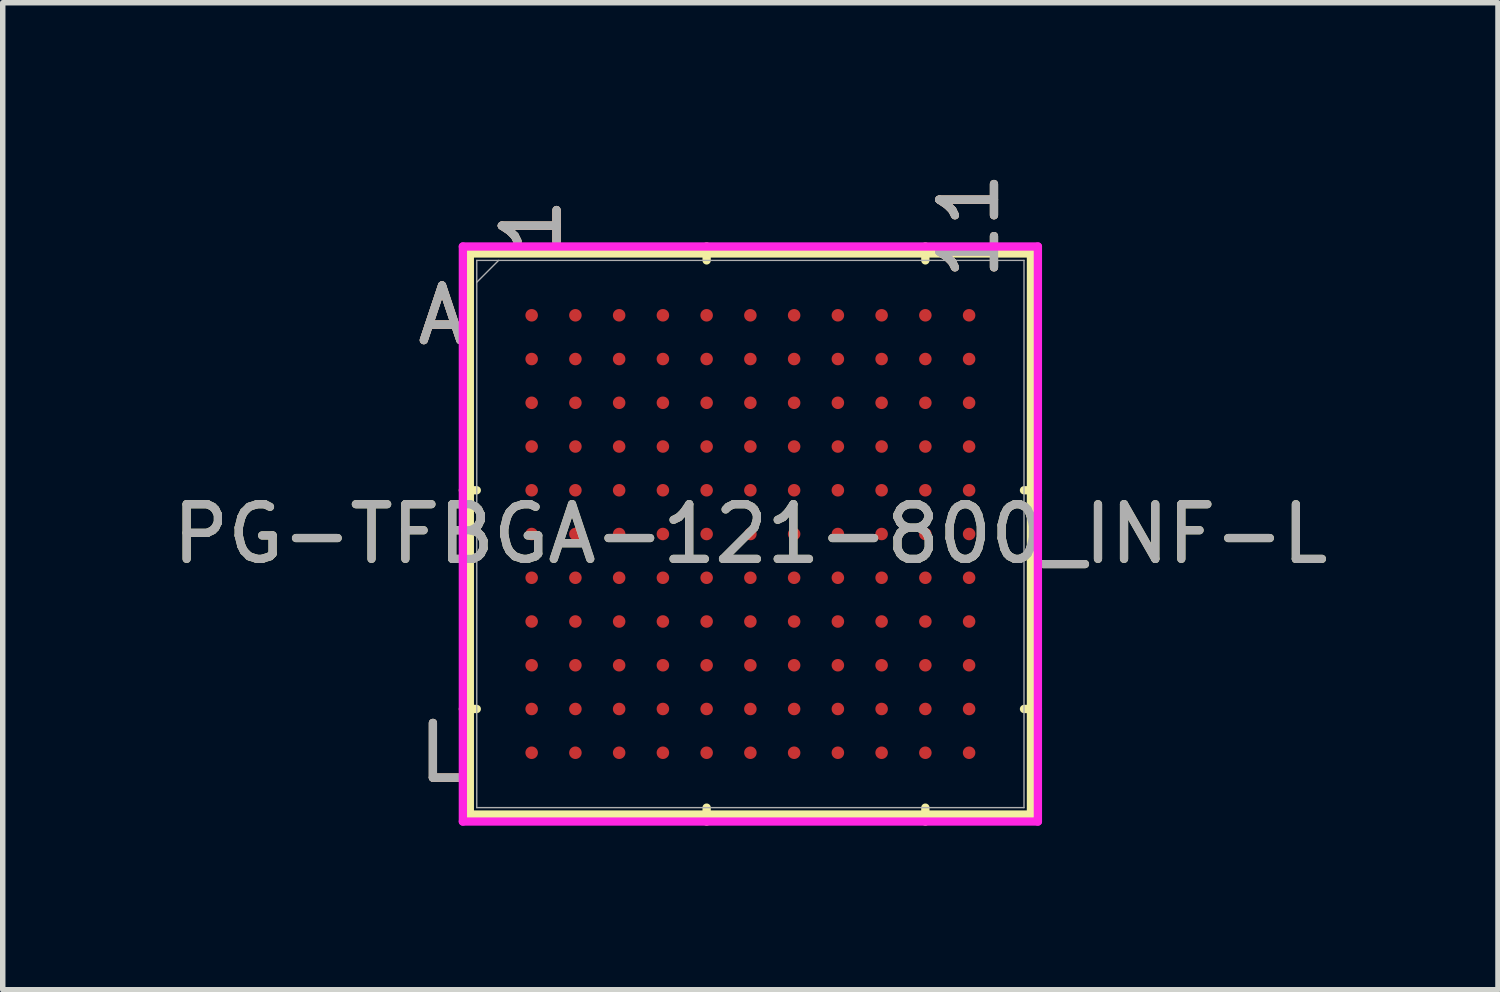
<source format=kicad_pcb>
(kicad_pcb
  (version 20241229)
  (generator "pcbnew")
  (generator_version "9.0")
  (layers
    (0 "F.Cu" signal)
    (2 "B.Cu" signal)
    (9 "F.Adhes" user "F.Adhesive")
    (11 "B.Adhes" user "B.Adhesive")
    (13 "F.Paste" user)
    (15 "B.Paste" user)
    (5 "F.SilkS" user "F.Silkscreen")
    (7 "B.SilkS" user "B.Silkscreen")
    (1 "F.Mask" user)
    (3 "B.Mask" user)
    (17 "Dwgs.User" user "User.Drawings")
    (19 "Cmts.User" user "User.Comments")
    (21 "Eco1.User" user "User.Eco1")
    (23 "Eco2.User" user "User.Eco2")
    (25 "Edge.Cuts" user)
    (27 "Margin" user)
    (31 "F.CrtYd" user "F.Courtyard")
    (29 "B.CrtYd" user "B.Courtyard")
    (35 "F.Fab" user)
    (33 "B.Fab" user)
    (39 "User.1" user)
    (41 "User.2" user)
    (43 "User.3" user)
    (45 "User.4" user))
  (footprint "PG-TFBGA-121-800_INF-L"
    (layer "F.Cu")
    (at 10.673 6.716)
    (property "Reference" "PG-TFBGA-121-800_INF-L" (at 0 0 0) (unlocked yes) (layer "F.SilkS") (effects (font (size 1 1) (thickness 0.15))))
    (attr smd)
    (fp_line (start -5.131 -5.131) (end -5.131 5.131) (stroke (width 0.152) (type solid)) (layer "F.SilkS"))
    (fp_line (start -5.131 5.131) (end 5.131 5.131) (stroke (width 0.152) (type solid)) (layer "F.SilkS"))
    (fp_line (start -5.004 -0.8) (end -5.258 -0.8) (stroke (width 0.152) (type solid)) (layer "F.SilkS"))
    (fp_line (start -5.004 3.2) (end -5.258 3.2) (stroke (width 0.152) (type solid)) (layer "F.SilkS"))
    (fp_line (start -0.8 -5.004) (end -0.8 -5.258) (stroke (width 0.152) (type solid)) (layer "F.SilkS"))
    (fp_line (start -0.8 5.004) (end -0.8 5.258) (stroke (width 0.152) (type solid)) (layer "F.SilkS"))
    (fp_line (start 3.2 -5.004) (end 3.2 -5.258) (stroke (width 0.152) (type solid)) (layer "F.SilkS"))
    (fp_line (start 3.2 5.004) (end 3.2 5.258) (stroke (width 0.152) (type solid)) (layer "F.SilkS"))
    (fp_line (start 5.004 -0.8) (end 5.258 -0.8) (stroke (width 0.152) (type solid)) (layer "F.SilkS"))
    (fp_line (start 5.004 3.2) (end 5.258 3.2) (stroke (width 0.152) (type solid)) (layer "F.SilkS"))
    (fp_line (start 5.131 -5.131) (end -5.131 -5.131) (stroke (width 0.152) (type solid)) (layer "F.SilkS"))
    (fp_line (start 5.131 5.131) (end 5.131 -5.131) (stroke (width 0.152) (type solid)) (layer "F.SilkS"))
    (fp_poly (pts (xy -4.845 -4.845) (xy 4.845 -4.845) (xy 4.845 4.845) (xy -4.845 4.845)) (stroke (width 0.1) (type solid)) (fill no) (layer "Eco2.User"))
    (fp_line (start -5.258 -5.258) (end 5.258 -5.258) (stroke (width 0.152) (type solid)) (layer "F.CrtYd"))
    (fp_line (start -5.258 5.258) (end -5.258 -5.258) (stroke (width 0.152) (type solid)) (layer "F.CrtYd"))
    (fp_line (start 5.258 -5.258) (end 5.258 5.258) (stroke (width 0.152) (type solid)) (layer "F.CrtYd"))
    (fp_line (start 5.258 5.258) (end -5.258 5.258) (stroke (width 0.152) (type solid)) (layer "F.CrtYd"))
    (fp_line (start -5.004 -5.004) (end -5.004 5.004) (stroke (width 0.025) (type solid)) (layer "F.Fab"))
    (fp_line (start -5.004 5.004) (end 5.004 5.004) (stroke (width 0.025) (type solid)) (layer "F.Fab"))
    (fp_line (start -4.604 -5.004) (end -5.004 -4.604) (stroke (width 0.025) (type solid)) (layer "F.Fab"))
    (fp_line (start 5.004 -5.004) (end -5.004 -5.004) (stroke (width 0.025) (type solid)) (layer "F.Fab"))
    (fp_line (start 5.004 5.004) (end 5.004 -5.004) (stroke (width 0.025) (type solid)) (layer "F.Fab"))
    (fp_text user "L" (at -5.639 4 0) (unlocked yes) (layer "F.SilkS") (effects (font (size 1 1) (thickness 0.15))))
    (fp_text user "1" (at -4 -5.639 90) (unlocked yes) (layer "F.SilkS") (effects (font (size 1 1) (thickness 0.15))))
    (fp_text user "A" (at -5.639 -4 0) (unlocked yes) (layer "F.SilkS") (effects (font (size 1 1) (thickness 0.15))))
    (fp_text user "11" (at 4 -5.639 90) (unlocked yes) (layer "F.SilkS") (effects (font (size 1 1) (thickness 0.15))))
    (fp_text user "1" (at -4 -5.639 90) (unlocked yes) (layer "B.SilkS") (effects (font (size 1 1) (thickness 0.15))))
    (fp_text user "11" (at 4 -5.639 90) (unlocked yes) (layer "B.SilkS") (effects (font (size 1 1) (thickness 0.15))))
    (fp_text user "L" (at -5.639 4 0) (unlocked yes) (layer "B.SilkS") (effects (font (size 1 1) (thickness 0.15))))
    (fp_text user "A" (at -5.639 -4 0) (unlocked yes) (layer "B.SilkS") (effects (font (size 1 1) (thickness 0.15))))
    (fp_text user "L" (at -5.639 4 0) (unlocked yes) (layer "F.Fab") (effects (font (size 1 1) (thickness 0.15))))
    (fp_text user "A" (at -5.639 -4 0) (unlocked yes) (layer "F.Fab") (effects (font (size 1 1) (thickness 0.15))))
    (fp_text user "11" (at 4 -5.639 90) (unlocked yes) (layer "F.Fab") (effects (font (size 1 1) (thickness 0.15))))
    (fp_text user "1" (at -4 -5.639 90) (unlocked yes) (layer "F.Fab") (effects (font (size 1 1) (thickness 0.15))))
    (fp_text user "${REFERENCE}" (at 0 0 0) (unlocked yes) (layer "F.Fab") (effects (font (size 1 1) (thickness 0.15))))
    (pad "A1" smd circle (at -4 -4) (size 0.229 0.229) (layers "F.Cu" "F.Mask" "F.Paste"))
    (pad "A2" smd circle (at -3.2 -4) (size 0.229 0.229) (layers "F.Cu" "F.Mask" "F.Paste"))
    (pad "A3" smd circle (at -2.4 -4) (size 0.229 0.229) (layers "F.Cu" "F.Mask" "F.Paste"))
    (pad "A4" smd circle (at -1.6 -4) (size 0.229 0.229) (layers "F.Cu" "F.Mask" "F.Paste"))
    (pad "A5" smd circle (at -0.8 -4) (size 0.229 0.229) (layers "F.Cu" "F.Mask" "F.Paste"))
    (pad "A6" smd circle (at 0 -4) (size 0.229 0.229) (layers "F.Cu" "F.Mask" "F.Paste"))
    (pad "A7" smd circle (at 0.8 -4) (size 0.229 0.229) (layers "F.Cu" "F.Mask" "F.Paste"))
    (pad "A8" smd circle (at 1.6 -4) (size 0.229 0.229) (layers "F.Cu" "F.Mask" "F.Paste"))
    (pad "A9" smd circle (at 2.4 -4) (size 0.229 0.229) (layers "F.Cu" "F.Mask" "F.Paste"))
    (pad "A10" smd circle (at 3.2 -4) (size 0.229 0.229) (layers "F.Cu" "F.Mask" "F.Paste"))
    (pad "A11" smd circle (at 4 -4) (size 0.229 0.229) (layers "F.Cu" "F.Mask" "F.Paste"))
    (pad "B1" smd circle (at -4 -3.2) (size 0.229 0.229) (layers "F.Cu" "F.Mask" "F.Paste"))
    (pad "B2" smd circle (at -3.2 -3.2) (size 0.229 0.229) (layers "F.Cu" "F.Mask" "F.Paste"))
    (pad "B3" smd circle (at -2.4 -3.2) (size 0.229 0.229) (layers "F.Cu" "F.Mask" "F.Paste"))
    (pad "B4" smd circle (at -1.6 -3.2) (size 0.229 0.229) (layers "F.Cu" "F.Mask" "F.Paste"))
    (pad "B5" smd circle (at -0.8 -3.2) (size 0.229 0.229) (layers "F.Cu" "F.Mask" "F.Paste"))
    (pad "B6" smd circle (at 0 -3.2) (size 0.229 0.229) (layers "F.Cu" "F.Mask" "F.Paste"))
    (pad "B7" smd circle (at 0.8 -3.2) (size 0.229 0.229) (layers "F.Cu" "F.Mask" "F.Paste"))
    (pad "B8" smd circle (at 1.6 -3.2) (size 0.229 0.229) (layers "F.Cu" "F.Mask" "F.Paste"))
    (pad "B9" smd circle (at 2.4 -3.2) (size 0.229 0.229) (layers "F.Cu" "F.Mask" "F.Paste"))
    (pad "B10" smd circle (at 3.2 -3.2) (size 0.229 0.229) (layers "F.Cu" "F.Mask" "F.Paste"))
    (pad "B11" smd circle (at 4 -3.2) (size 0.229 0.229) (layers "F.Cu" "F.Mask" "F.Paste"))
    (pad "C1" smd circle (at -4 -2.4) (size 0.229 0.229) (layers "F.Cu" "F.Mask" "F.Paste"))
    (pad "C2" smd circle (at -3.2 -2.4) (size 0.229 0.229) (layers "F.Cu" "F.Mask" "F.Paste"))
    (pad "C3" smd circle (at -2.4 -2.4) (size 0.229 0.229) (layers "F.Cu" "F.Mask" "F.Paste"))
    (pad "C4" smd circle (at -1.6 -2.4) (size 0.229 0.229) (layers "F.Cu" "F.Mask" "F.Paste"))
    (pad "C5" smd circle (at -0.8 -2.4) (size 0.229 0.229) (layers "F.Cu" "F.Mask" "F.Paste"))
    (pad "C6" smd circle (at 0 -2.4) (size 0.229 0.229) (layers "F.Cu" "F.Mask" "F.Paste"))
    (pad "C7" smd circle (at 0.8 -2.4) (size 0.229 0.229) (layers "F.Cu" "F.Mask" "F.Paste"))
    (pad "C8" smd circle (at 1.6 -2.4) (size 0.229 0.229) (layers "F.Cu" "F.Mask" "F.Paste"))
    (pad "C9" smd circle (at 2.4 -2.4) (size 0.229 0.229) (layers "F.Cu" "F.Mask" "F.Paste"))
    (pad "C10" smd circle (at 3.2 -2.4) (size 0.229 0.229) (layers "F.Cu" "F.Mask" "F.Paste"))
    (pad "C11" smd circle (at 4 -2.4) (size 0.229 0.229) (layers "F.Cu" "F.Mask" "F.Paste"))
    (pad "D1" smd circle (at -4 -1.6) (size 0.229 0.229) (layers "F.Cu" "F.Mask" "F.Paste"))
    (pad "D2" smd circle (at -3.2 -1.6) (size 0.229 0.229) (layers "F.Cu" "F.Mask" "F.Paste"))
    (pad "D3" smd circle (at -2.4 -1.6) (size 0.229 0.229) (layers "F.Cu" "F.Mask" "F.Paste"))
    (pad "D4" smd circle (at -1.6 -1.6) (size 0.229 0.229) (layers "F.Cu" "F.Mask" "F.Paste"))
    (pad "D5" smd circle (at -0.8 -1.6) (size 0.229 0.229) (layers "F.Cu" "F.Mask" "F.Paste"))
    (pad "D6" smd circle (at 0 -1.6) (size 0.229 0.229) (layers "F.Cu" "F.Mask" "F.Paste"))
    (pad "D7" smd circle (at 0.8 -1.6) (size 0.229 0.229) (layers "F.Cu" "F.Mask" "F.Paste"))
    (pad "D8" smd circle (at 1.6 -1.6) (size 0.229 0.229) (layers "F.Cu" "F.Mask" "F.Paste"))
    (pad "D9" smd circle (at 2.4 -1.6) (size 0.229 0.229) (layers "F.Cu" "F.Mask" "F.Paste"))
    (pad "D10" smd circle (at 3.2 -1.6) (size 0.229 0.229) (layers "F.Cu" "F.Mask" "F.Paste"))
    (pad "D11" smd circle (at 4 -1.6) (size 0.229 0.229) (layers "F.Cu" "F.Mask" "F.Paste"))
    (pad "E1" smd circle (at -4 -0.8) (size 0.229 0.229) (layers "F.Cu" "F.Mask" "F.Paste"))
    (pad "E2" smd circle (at -3.2 -0.8) (size 0.229 0.229) (layers "F.Cu" "F.Mask" "F.Paste"))
    (pad "E3" smd circle (at -2.4 -0.8) (size 0.229 0.229) (layers "F.Cu" "F.Mask" "F.Paste"))
    (pad "E4" smd circle (at -1.6 -0.8) (size 0.229 0.229) (layers "F.Cu" "F.Mask" "F.Paste"))
    (pad "E5" smd circle (at -0.8 -0.8) (size 0.229 0.229) (layers "F.Cu" "F.Mask" "F.Paste"))
    (pad "E6" smd circle (at 0 -0.8) (size 0.229 0.229) (layers "F.Cu" "F.Mask" "F.Paste"))
    (pad "E7" smd circle (at 0.8 -0.8) (size 0.229 0.229) (layers "F.Cu" "F.Mask" "F.Paste"))
    (pad "E8" smd circle (at 1.6 -0.8) (size 0.229 0.229) (layers "F.Cu" "F.Mask" "F.Paste"))
    (pad "E9" smd circle (at 2.4 -0.8) (size 0.229 0.229) (layers "F.Cu" "F.Mask" "F.Paste"))
    (pad "E10" smd circle (at 3.2 -0.8) (size 0.229 0.229) (layers "F.Cu" "F.Mask" "F.Paste"))
    (pad "E11" smd circle (at 4 -0.8) (size 0.229 0.229) (layers "F.Cu" "F.Mask" "F.Paste"))
    (pad "F1" smd circle (at -4 0) (size 0.229 0.229) (layers "F.Cu" "F.Mask" "F.Paste"))
    (pad "F2" smd circle (at -3.2 0) (size 0.229 0.229) (layers "F.Cu" "F.Mask" "F.Paste"))
    (pad "F3" smd circle (at -2.4 0) (size 0.229 0.229) (layers "F.Cu" "F.Mask" "F.Paste"))
    (pad "F4" smd circle (at -1.6 0) (size 0.229 0.229) (layers "F.Cu" "F.Mask" "F.Paste"))
    (pad "F5" smd circle (at -0.8 0) (size 0.229 0.229) (layers "F.Cu" "F.Mask" "F.Paste"))
    (pad "F6" smd circle (at 0 0) (size 0.229 0.229) (layers "F.Cu" "F.Mask" "F.Paste"))
    (pad "F7" smd circle (at 0.8 0) (size 0.229 0.229) (layers "F.Cu" "F.Mask" "F.Paste"))
    (pad "F8" smd circle (at 1.6 0) (size 0.229 0.229) (layers "F.Cu" "F.Mask" "F.Paste"))
    (pad "F9" smd circle (at 2.4 0) (size 0.229 0.229) (layers "F.Cu" "F.Mask" "F.Paste"))
    (pad "F10" smd circle (at 3.2 0) (size 0.229 0.229) (layers "F.Cu" "F.Mask" "F.Paste"))
    (pad "F11" smd circle (at 4 0) (size 0.229 0.229) (layers "F.Cu" "F.Mask" "F.Paste"))
    (pad "G1" smd circle (at -4 0.8) (size 0.229 0.229) (layers "F.Cu" "F.Mask" "F.Paste"))
    (pad "G2" smd circle (at -3.2 0.8) (size 0.229 0.229) (layers "F.Cu" "F.Mask" "F.Paste"))
    (pad "G3" smd circle (at -2.4 0.8) (size 0.229 0.229) (layers "F.Cu" "F.Mask" "F.Paste"))
    (pad "G4" smd circle (at -1.6 0.8) (size 0.229 0.229) (layers "F.Cu" "F.Mask" "F.Paste"))
    (pad "G5" smd circle (at -0.8 0.8) (size 0.229 0.229) (layers "F.Cu" "F.Mask" "F.Paste"))
    (pad "G6" smd circle (at 0 0.8) (size 0.229 0.229) (layers "F.Cu" "F.Mask" "F.Paste"))
    (pad "G7" smd circle (at 0.8 0.8) (size 0.229 0.229) (layers "F.Cu" "F.Mask" "F.Paste"))
    (pad "G8" smd circle (at 1.6 0.8) (size 0.229 0.229) (layers "F.Cu" "F.Mask" "F.Paste"))
    (pad "G9" smd circle (at 2.4 0.8) (size 0.229 0.229) (layers "F.Cu" "F.Mask" "F.Paste"))
    (pad "G10" smd circle (at 3.2 0.8) (size 0.229 0.229) (layers "F.Cu" "F.Mask" "F.Paste"))
    (pad "G11" smd circle (at 4 0.8) (size 0.229 0.229) (layers "F.Cu" "F.Mask" "F.Paste"))
    (pad "H1" smd circle (at -4 1.6) (size 0.229 0.229) (layers "F.Cu" "F.Mask" "F.Paste"))
    (pad "H2" smd circle (at -3.2 1.6) (size 0.229 0.229) (layers "F.Cu" "F.Mask" "F.Paste"))
    (pad "H3" smd circle (at -2.4 1.6) (size 0.229 0.229) (layers "F.Cu" "F.Mask" "F.Paste"))
    (pad "H4" smd circle (at -1.6 1.6) (size 0.229 0.229) (layers "F.Cu" "F.Mask" "F.Paste"))
    (pad "H5" smd circle (at -0.8 1.6) (size 0.229 0.229) (layers "F.Cu" "F.Mask" "F.Paste"))
    (pad "H6" smd circle (at 0 1.6) (size 0.229 0.229) (layers "F.Cu" "F.Mask" "F.Paste"))
    (pad "H7" smd circle (at 0.8 1.6) (size 0.229 0.229) (layers "F.Cu" "F.Mask" "F.Paste"))
    (pad "H8" smd circle (at 1.6 1.6) (size 0.229 0.229) (layers "F.Cu" "F.Mask" "F.Paste"))
    (pad "H9" smd circle (at 2.4 1.6) (size 0.229 0.229) (layers "F.Cu" "F.Mask" "F.Paste"))
    (pad "H10" smd circle (at 3.2 1.6) (size 0.229 0.229) (layers "F.Cu" "F.Mask" "F.Paste"))
    (pad "H11" smd circle (at 4 1.6) (size 0.229 0.229) (layers "F.Cu" "F.Mask" "F.Paste"))
    (pad "J1" smd circle (at -4 2.4) (size 0.229 0.229) (layers "F.Cu" "F.Mask" "F.Paste"))
    (pad "J2" smd circle (at -3.2 2.4) (size 0.229 0.229) (layers "F.Cu" "F.Mask" "F.Paste"))
    (pad "J3" smd circle (at -2.4 2.4) (size 0.229 0.229) (layers "F.Cu" "F.Mask" "F.Paste"))
    (pad "J4" smd circle (at -1.6 2.4) (size 0.229 0.229) (layers "F.Cu" "F.Mask" "F.Paste"))
    (pad "J5" smd circle (at -0.8 2.4) (size 0.229 0.229) (layers "F.Cu" "F.Mask" "F.Paste"))
    (pad "J6" smd circle (at 0 2.4) (size 0.229 0.229) (layers "F.Cu" "F.Mask" "F.Paste"))
    (pad "J7" smd circle (at 0.8 2.4) (size 0.229 0.229) (layers "F.Cu" "F.Mask" "F.Paste"))
    (pad "J8" smd circle (at 1.6 2.4) (size 0.229 0.229) (layers "F.Cu" "F.Mask" "F.Paste"))
    (pad "J9" smd circle (at 2.4 2.4) (size 0.229 0.229) (layers "F.Cu" "F.Mask" "F.Paste"))
    (pad "J10" smd circle (at 3.2 2.4) (size 0.229 0.229) (layers "F.Cu" "F.Mask" "F.Paste"))
    (pad "J11" smd circle (at 4 2.4) (size 0.229 0.229) (layers "F.Cu" "F.Mask" "F.Paste"))
    (pad "K1" smd circle (at -4 3.2) (size 0.229 0.229) (layers "F.Cu" "F.Mask" "F.Paste"))
    (pad "K2" smd circle (at -3.2 3.2) (size 0.229 0.229) (layers "F.Cu" "F.Mask" "F.Paste"))
    (pad "K3" smd circle (at -2.4 3.2) (size 0.229 0.229) (layers "F.Cu" "F.Mask" "F.Paste"))
    (pad "K4" smd circle (at -1.6 3.2) (size 0.229 0.229) (layers "F.Cu" "F.Mask" "F.Paste"))
    (pad "K5" smd circle (at -0.8 3.2) (size 0.229 0.229) (layers "F.Cu" "F.Mask" "F.Paste"))
    (pad "K6" smd circle (at 0 3.2) (size 0.229 0.229) (layers "F.Cu" "F.Mask" "F.Paste"))
    (pad "K7" smd circle (at 0.8 3.2) (size 0.229 0.229) (layers "F.Cu" "F.Mask" "F.Paste"))
    (pad "K8" smd circle (at 1.6 3.2) (size 0.229 0.229) (layers "F.Cu" "F.Mask" "F.Paste"))
    (pad "K9" smd circle (at 2.4 3.2) (size 0.229 0.229) (layers "F.Cu" "F.Mask" "F.Paste"))
    (pad "K10" smd circle (at 3.2 3.2) (size 0.229 0.229) (layers "F.Cu" "F.Mask" "F.Paste"))
    (pad "K11" smd circle (at 4 3.2) (size 0.229 0.229) (layers "F.Cu" "F.Mask" "F.Paste"))
    (pad "L1" smd circle (at -4 4) (size 0.229 0.229) (layers "F.Cu" "F.Mask" "F.Paste"))
    (pad "L2" smd circle (at -3.2 4) (size 0.229 0.229) (layers "F.Cu" "F.Mask" "F.Paste"))
    (pad "L3" smd circle (at -2.4 4) (size 0.229 0.229) (layers "F.Cu" "F.Mask" "F.Paste"))
    (pad "L4" smd circle (at -1.6 4) (size 0.229 0.229) (layers "F.Cu" "F.Mask" "F.Paste"))
    (pad "L5" smd circle (at -0.8 4) (size 0.229 0.229) (layers "F.Cu" "F.Mask" "F.Paste"))
    (pad "L6" smd circle (at 0 4) (size 0.229 0.229) (layers "F.Cu" "F.Mask" "F.Paste"))
    (pad "L7" smd circle (at 0.8 4) (size 0.229 0.229) (layers "F.Cu" "F.Mask" "F.Paste"))
    (pad "L8" smd circle (at 1.6 4) (size 0.229 0.229) (layers "F.Cu" "F.Mask" "F.Paste"))
    (pad "L9" smd circle (at 2.4 4) (size 0.229 0.229) (layers "F.Cu" "F.Mask" "F.Paste"))
    (pad "L10" smd circle (at 3.2 4) (size 0.229 0.229) (layers "F.Cu" "F.Mask" "F.Paste"))
    (pad "L11" smd circle (at 4 4) (size 0.229 0.229) (layers "F.Cu" "F.Mask" "F.Paste")))
  (gr_rect
    (start -3 -3)
    (end 24.345 15.05)
    (stroke (width 0.1) (type default))
    (fill no)
    (layer "Edge.Cuts")))
</source>
